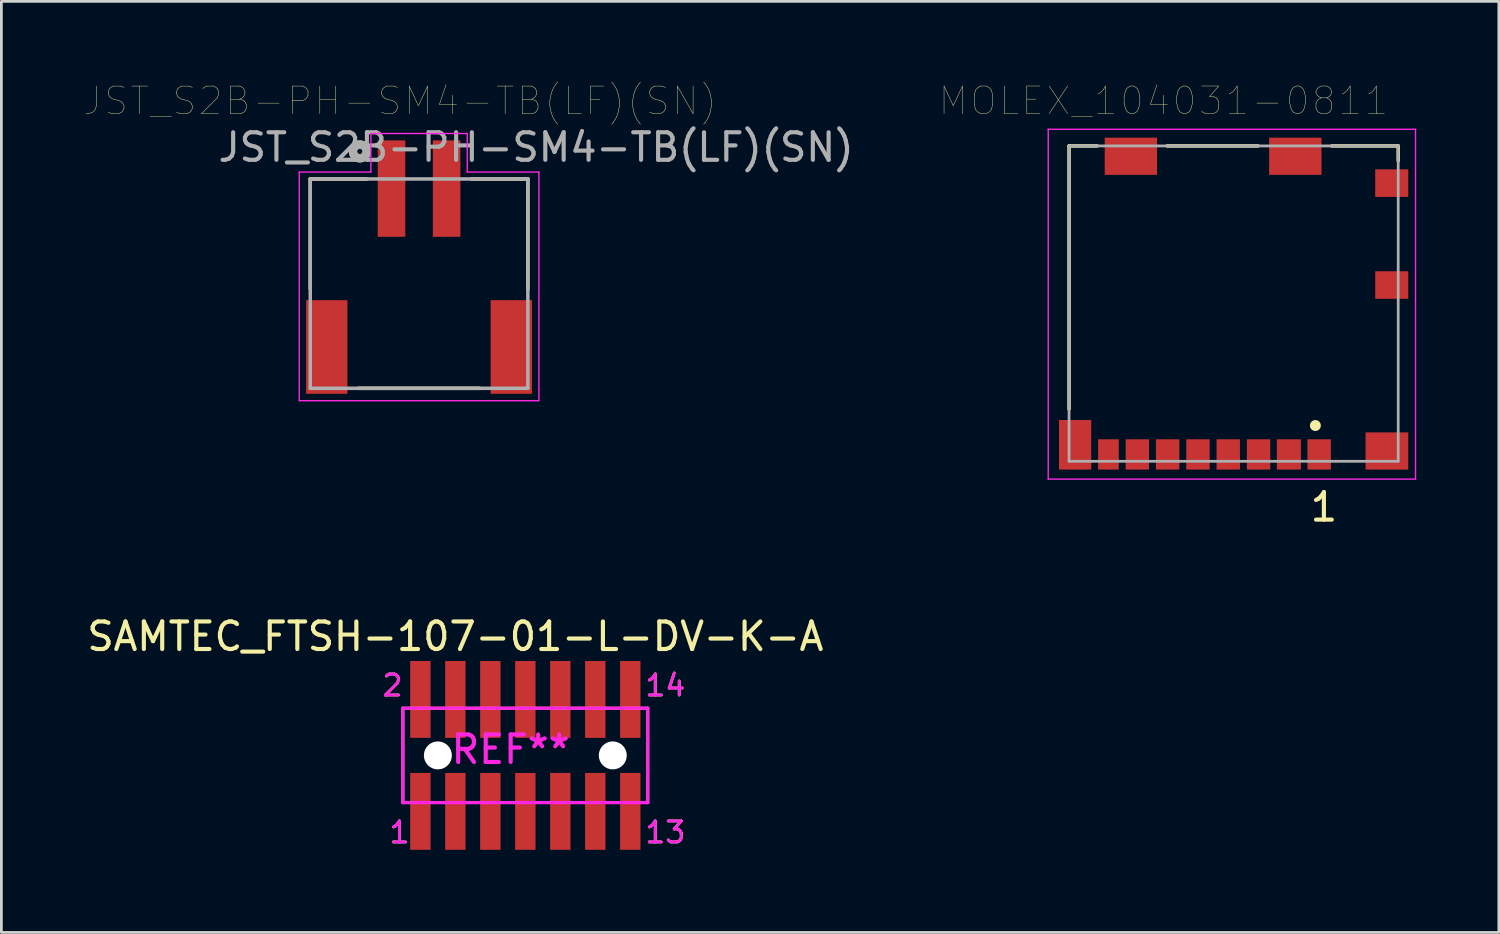
<source format=kicad_pcb>
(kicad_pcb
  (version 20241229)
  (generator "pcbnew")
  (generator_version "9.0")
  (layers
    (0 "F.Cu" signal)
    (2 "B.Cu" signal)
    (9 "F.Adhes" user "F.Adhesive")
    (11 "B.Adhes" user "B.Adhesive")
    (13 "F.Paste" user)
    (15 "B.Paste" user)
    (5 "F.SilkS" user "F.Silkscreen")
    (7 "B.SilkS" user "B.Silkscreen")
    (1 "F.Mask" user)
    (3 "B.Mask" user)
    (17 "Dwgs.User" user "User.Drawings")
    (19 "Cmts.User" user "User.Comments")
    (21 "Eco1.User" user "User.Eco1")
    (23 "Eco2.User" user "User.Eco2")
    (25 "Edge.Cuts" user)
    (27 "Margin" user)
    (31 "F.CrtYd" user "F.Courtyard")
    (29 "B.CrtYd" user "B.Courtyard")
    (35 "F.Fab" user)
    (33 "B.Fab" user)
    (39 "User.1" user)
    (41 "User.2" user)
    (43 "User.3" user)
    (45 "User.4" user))
  (footprint "SAMTEC_FTSH-107-01-L-DV-K-A"
    (layer "F.Cu")
    (at 16.022 24.375)
    (property "Reference" "SAMTEC_FTSH-107-01-L-DV-K-A" (at -2.54 -4.318 0) (layer "F.SilkS") (effects (font (size 1 1) (thickness 0.15))))
    (attr through_hole)
    (fp_line (start -4.445 -1.714) (end -4.445 1.714) (stroke (width 0.102) (type solid)) (layer "F.SilkS"))
    (fp_line (start -4.445 1.714) (end 4.445 1.714) (stroke (width 0.102) (type solid)) (layer "F.SilkS"))
    (fp_line (start 4.445 -1.714) (end -4.445 -1.714) (stroke (width 0.102) (type solid)) (layer "F.SilkS"))
    (fp_line (start 4.445 1.714) (end 4.445 -1.714) (stroke (width 0.102) (type solid)) (layer "F.SilkS"))
    (fp_line (start -4.445 -1.714) (end 4.445 -1.714) (stroke (width 0.12) (type solid)) (layer "F.CrtYd"))
    (fp_line (start -4.445 1.714) (end -4.445 -1.714) (stroke (width 0.12) (type solid)) (layer "F.CrtYd"))
    (fp_line (start 4.445 -1.714) (end 4.445 1.714) (stroke (width 0.12) (type solid)) (layer "F.CrtYd"))
    (fp_line (start 4.445 1.714) (end -4.445 1.714) (stroke (width 0.12) (type solid)) (layer "F.CrtYd"))
    (fp_text user "14" (at 5.08 -2.54 0) (layer "F.SilkS") (effects (font (size 0.762 0.762) (thickness 0.102))))
    (fp_text user "2" (at -4.826 -2.54 0) (layer "F.SilkS") (effects (font (size 0.762 0.762) (thickness 0.102))))
    (fp_text user "1" (at -4.572 2.794 0) (layer "F.SilkS") (effects (font (size 0.762 0.762) (thickness 0.102))))
    (fp_text user "13" (at 5.08 2.794 0) (layer "F.SilkS") (effects (font (size 0.762 0.762) (thickness 0.102))))
    (fp_text user "14" (at 5.08 -2.54 0) (layer "F.CrtYd") (effects (font (size 0.762 0.762) (thickness 0.102))))
    (fp_text user "2" (at -4.826 -2.54 0) (layer "F.CrtYd") (effects (font (size 0.762 0.762) (thickness 0.102))))
    (fp_text user "13" (at 5.08 2.794 0) (layer "F.CrtYd") (effects (font (size 0.762 0.762) (thickness 0.102))))
    (fp_text user "REF**" (at -0.533 -0.216 0) (layer "F.CrtYd") (effects (font (size 1 1) (thickness 0.15))))
    (fp_text user "1" (at -4.572 2.794 0) (layer "F.CrtYd") (effects (font (size 0.762 0.762) (thickness 0.102))))
    (pad "" np_thru_hole circle (at -3.175 0) (size 1.016 1.016) (drill 1.016) (layers "*.Cu" "*.Mask"))
    (pad "" np_thru_hole circle (at 3.175 0) (size 1.016 1.016) (drill 1.016) (layers "*.Cu" "*.Mask"))
    (pad "1" smd rect (at -3.81 2.032) (size 0.74 2.79) (layers "F.Cu" "F.Mask" "F.Paste"))
    (pad "2" smd rect (at -3.81 -2.032) (size 0.74 2.79) (layers "F.Cu" "F.Mask" "F.Paste"))
    (pad "3" smd rect (at -2.54 2.032) (size 0.74 2.79) (layers "F.Cu" "F.Mask" "F.Paste"))
    (pad "4" smd rect (at -2.54 -2.032) (size 0.74 2.79) (layers "F.Cu" "F.Mask" "F.Paste"))
    (pad "5" smd rect (at -1.27 2.032) (size 0.74 2.79) (layers "F.Cu" "F.Mask" "F.Paste"))
    (pad "6" smd rect (at -1.27 -2.032) (size 0.74 2.79) (layers "F.Cu" "F.Mask" "F.Paste"))
    (pad "7" smd rect (at 0 2.032) (size 0.74 2.79) (layers "F.Cu" "F.Mask" "F.Paste"))
    (pad "8" smd rect (at 0 -2.032) (size 0.74 2.79) (layers "F.Cu" "F.Mask" "F.Paste"))
    (pad "9" smd rect (at 1.27 2.032) (size 0.74 2.79) (layers "F.Cu" "F.Mask" "F.Paste"))
    (pad "10" smd rect (at 1.27 -2.032) (size 0.74 2.79) (layers "F.Cu" "F.Mask" "F.Paste"))
    (pad "11" smd rect (at 2.54 2.032) (size 0.74 2.79) (layers "F.Cu" "F.Mask" "F.Paste"))
    (pad "12" smd rect (at 2.54 -2.032) (size 0.74 2.79) (layers "F.Cu" "F.Mask" "F.Paste"))
    (pad "13" smd rect (at 3.81 2.032) (size 0.74 2.79) (layers "F.Cu" "F.Mask" "F.Paste"))
    (pad "14" smd rect (at 3.81 -2.032) (size 0.74 2.79) (layers "F.Cu" "F.Mask" "F.Paste")))
  (footprint "JST_S2B-PH-SM4-TB(LF)(SN)"
    (layer "F.Cu")
    (at 12.164 3.797)
    (property "Reference" "JST_S2B-PH-SM4-TB(LF)(SN)" (at -0.692 -3.184 0) (layer "F.SilkS") (effects (font (size 1.002 1.002) (thickness 0.015))))
    (attr through_hole)
    (fp_line (start -3.95 -0.35) (end -3.95 3.65) (stroke (width 0.127) (type solid)) (layer "F.SilkS"))
    (fp_line (start -2.2 7.25) (end 2.2 7.25) (stroke (width 0.127) (type solid)) (layer "F.SilkS"))
    (fp_line (start -1.9 -0.35) (end -3.95 -0.35) (stroke (width 0.127) (type solid)) (layer "F.SilkS"))
    (fp_line (start 3.95 -0.35) (end 1.9 -0.35) (stroke (width 0.127) (type solid)) (layer "F.SilkS"))
    (fp_line (start 3.95 3.65) (end 3.95 -0.35) (stroke (width 0.127) (type solid)) (layer "F.SilkS"))
    (fp_circle (center -2.15 -1.35) (end -2.05 -1.35) (stroke (width 0.3) (type solid)) (fill no) (layer "F.SilkS"))
    (fp_line (start -4.35 -0.6) (end -1.75 -0.6) (stroke (width 0.05) (type solid)) (layer "F.CrtYd"))
    (fp_line (start -4.35 7.7) (end -4.35 -0.6) (stroke (width 0.05) (type solid)) (layer "F.CrtYd"))
    (fp_line (start -1.75 -2) (end 1.75 -2) (stroke (width 0.05) (type solid)) (layer "F.CrtYd"))
    (fp_line (start -1.75 -0.6) (end -1.75 -2) (stroke (width 0.05) (type solid)) (layer "F.CrtYd"))
    (fp_line (start 1.75 -2) (end 1.75 -0.6) (stroke (width 0.05) (type solid)) (layer "F.CrtYd"))
    (fp_line (start 1.75 -0.6) (end 4.35 -0.6) (stroke (width 0.05) (type solid)) (layer "F.CrtYd"))
    (fp_line (start 4.35 -0.6) (end 4.35 7.7) (stroke (width 0.05) (type solid)) (layer "F.CrtYd"))
    (fp_line (start 4.35 7.7) (end -4.35 7.7) (stroke (width 0.05) (type solid)) (layer "F.CrtYd"))
    (fp_line (start -3.95 -0.35) (end 3.95 -0.35) (stroke (width 0.127) (type solid)) (layer "F.Fab"))
    (fp_line (start -3.95 7.25) (end -3.95 -0.35) (stroke (width 0.127) (type solid)) (layer "F.Fab"))
    (fp_line (start 3.95 -0.35) (end 3.95 7.25) (stroke (width 0.127) (type solid)) (layer "F.Fab"))
    (fp_line (start 3.95 7.25) (end -3.95 7.25) (stroke (width 0.127) (type solid)) (layer "F.Fab"))
    (fp_circle (center -2.15 -1.35) (end -2.05 -1.35) (stroke (width 0.3) (type solid)) (fill no) (layer "F.Fab"))
    (fp_text user "${REFERENCE}" (at 4.25 -1.5 0) (layer "F.Fab") (effects (font (size 1 1) (thickness 0.15))))
    (pad "1" smd rect (at -1 0) (size 1 3.5) (layers "F.Cu" "F.Mask" "F.Paste"))
    (pad "2" smd rect (at 1 0) (size 1 3.5) (layers "F.Cu" "F.Mask" "F.Paste"))
    (pad "TAB" smd rect (at -3.35 5.75) (size 1.5 3.4) (layers "F.Cu" "F.Mask" "F.Paste"))
    (pad "TAB" smd rect (at 3.35 5.75) (size 1.5 3.4) (layers "F.Cu" "F.Mask" "F.Paste")))
  (footprint "MOLEX_104031-0811"
    (layer "F.Cu")
    (at 41.737 8.248)
    (property "Reference" "MOLEX_104031-0811" (at -2.545 -7.636 0) (layer "F.SilkS") (effects (font (size 1.002 1.002) (thickness 0.015))))
    (attr through_hole)
    (fp_line (start -5.975 -6) (end -5.975 3.556) (stroke (width 0.127) (type solid)) (layer "F.SilkS"))
    (fp_line (start -4.953 -6) (end -5.975 -6) (stroke (width 0.127) (type solid)) (layer "F.SilkS"))
    (fp_line (start 0.889 -6) (end -2.413 -6) (stroke (width 0.127) (type solid)) (layer "F.SilkS"))
    (fp_line (start 3.556 -6) (end 5.975 -6) (stroke (width 0.127) (type solid)) (layer "F.SilkS"))
    (fp_line (start 5.975 -6) (end 5.975 -5.461) (stroke (width 0.127) (type solid)) (layer "F.SilkS"))
    (fp_circle (center 2.968 4.151) (end 3.068 4.151) (stroke (width 0.2) (type solid)) (fill no) (layer "F.SilkS"))
    (fp_line (start -6.731 -6.604) (end -6.731 6.096) (stroke (width 0.05) (type solid)) (layer "F.CrtYd"))
    (fp_line (start -6.731 6.096) (end 6.604 6.096) (stroke (width 0.05) (type solid)) (layer "F.CrtYd"))
    (fp_line (start 6.604 -6.604) (end -6.731 -6.604) (stroke (width 0.05) (type solid)) (layer "F.CrtYd"))
    (fp_line (start 6.604 6.096) (end 6.604 -6.604) (stroke (width 0.05) (type solid)) (layer "F.CrtYd"))
    (fp_line (start -5.975 -6) (end 5.975 -6) (stroke (width 0.1) (type solid)) (layer "F.Fab"))
    (fp_line (start -5.975 5.45) (end -5.975 -6) (stroke (width 0.1) (type solid)) (layer "F.Fab"))
    (fp_line (start 5.975 -6) (end 5.975 5.45) (stroke (width 0.1) (type solid)) (layer "F.Fab"))
    (fp_line (start 5.975 5.45) (end -5.975 5.45) (stroke (width 0.1) (type solid)) (layer "F.Fab"))
    (fp_text user "1" (at 3.277 7.112 0) (layer "F.SilkS") (effects (font (size 1 1) (thickness 0.15))))
    (pad "1" smd rect (at 3.105 5.2) (size 0.85 1.1) (layers "F.Cu" "F.Mask" "F.Paste"))
    (pad "2" smd rect (at 2.005 5.2) (size 0.875 1.1) (layers "F.Cu" "F.Mask" "F.Paste"))
    (pad "3" smd rect (at 0.905 5.2) (size 0.85 1.1) (layers "F.Cu" "F.Mask" "F.Paste"))
    (pad "4" smd rect (at -0.195 5.2) (size 0.85 1.1) (layers "F.Cu" "F.Mask" "F.Paste"))
    (pad "5" smd rect (at -1.295 5.2) (size 0.85 1.1) (layers "F.Cu" "F.Mask" "F.Paste"))
    (pad "6" smd rect (at -2.395 5.2) (size 0.85 1.1) (layers "F.Cu" "F.Mask" "F.Paste"))
    (pad "7" smd rect (at -3.495 5.2) (size 0.85 1.1) (layers "F.Cu" "F.Mask" "F.Paste"))
    (pad "8" smd rect (at -4.545 5.2) (size 0.75 1.1) (layers "F.Cu" "F.Mask" "F.Paste"))
    (pad "9" smd rect (at 5.74 -0.95) (size 1.2 1) (layers "F.Cu" "F.Mask" "F.Paste"))
    (pad "10" smd rect (at 5.74 -4.65) (size 1.2 1) (layers "F.Cu" "F.Mask" "F.Paste"))
    (pad "G1" smd rect (at 5.565 5.075) (size 1.55 1.35) (layers "F.Cu" "F.Mask" "F.Paste"))
    (pad "G2" smd rect (at -5.755 4.85) (size 1.17 1.8) (layers "F.Cu" "F.Mask" "F.Paste"))
    (pad "G3" smd rect (at -3.73 -5.625) (size 1.9 1.35) (layers "F.Cu" "F.Mask" "F.Paste"))
    (pad "G4" smd rect (at 2.24 -5.625) (size 1.9 1.35) (layers "F.Cu" "F.Mask" "F.Paste")))
  (gr_rect
    (start -3 -3)
    (end 51.366 30.802)
    (stroke (width 0.1) (type default))
    (fill no)
    (layer "Edge.Cuts")))
</source>
